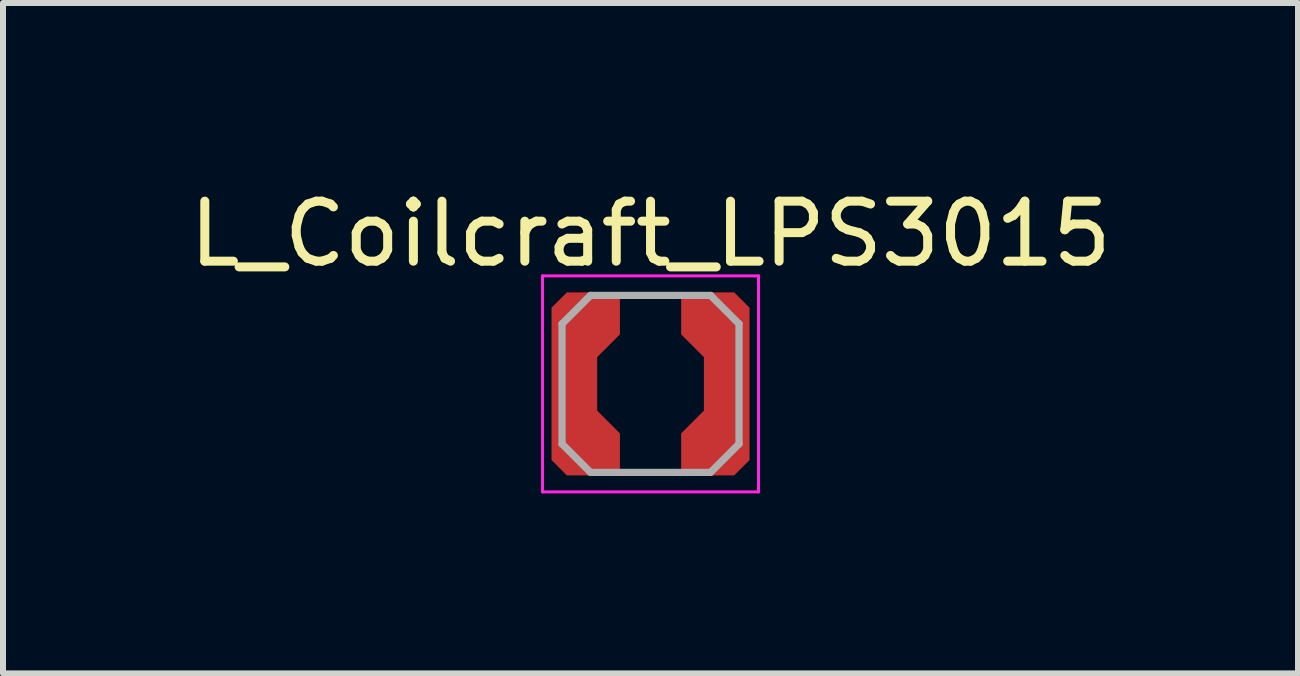
<source format=kicad_pcb>
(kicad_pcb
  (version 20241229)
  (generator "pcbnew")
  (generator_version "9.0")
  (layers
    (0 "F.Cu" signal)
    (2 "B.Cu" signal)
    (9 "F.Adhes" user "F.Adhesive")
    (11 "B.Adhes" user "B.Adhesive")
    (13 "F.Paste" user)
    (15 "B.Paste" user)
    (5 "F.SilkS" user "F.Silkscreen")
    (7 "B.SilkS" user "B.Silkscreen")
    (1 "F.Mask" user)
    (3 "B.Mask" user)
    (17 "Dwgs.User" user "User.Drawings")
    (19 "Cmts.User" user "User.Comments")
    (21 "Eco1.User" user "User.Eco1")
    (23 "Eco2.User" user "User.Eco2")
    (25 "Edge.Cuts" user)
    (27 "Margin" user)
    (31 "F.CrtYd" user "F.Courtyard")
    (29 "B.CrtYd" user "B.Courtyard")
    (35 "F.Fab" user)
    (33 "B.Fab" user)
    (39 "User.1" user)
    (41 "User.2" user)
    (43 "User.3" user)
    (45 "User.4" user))
  (footprint "L_Coilcraft_LPS3015"
    (layer "F.Cu")
    (at 7.792 3.348)
    (property "Reference" "L_Coilcraft_LPS3015" (at 0 -2.5 0) (layer "F.SilkS") (effects (font (size 1 1) (thickness 0.15))))
    (attr smd)
    (fp_line (start -0.4 -1.55) (end 0.4 -1.55) (stroke (width 0.12) (type solid)) (layer "B.Paste"))
    (fp_line (start -0.4 1.55) (end 0.4 1.55) (stroke (width 0.12) (type solid)) (layer "B.Paste"))
    (fp_line (start -1.8 -1.8) (end -1.8 1.8) (stroke (width 0.05) (type solid)) (layer "F.CrtYd"))
    (fp_line (start -1.8 -1.8) (end 1.8 -1.8) (stroke (width 0.05) (type solid)) (layer "F.CrtYd"))
    (fp_line (start -1.8 1.8) (end 1.8 1.8) (stroke (width 0.05) (type solid)) (layer "F.CrtYd"))
    (fp_line (start 1.8 -1.8) (end 1.8 1.8) (stroke (width 0.05) (type solid)) (layer "F.CrtYd"))
    (fp_line (start -1.475 -1) (end -1 -1.475) (stroke (width 0.12) (type solid)) (layer "F.Fab"))
    (fp_line (start -1.475 1) (end -1.475 -1) (stroke (width 0.12) (type solid)) (layer "F.Fab"))
    (fp_line (start -1 -1.475) (end 1 -1.475) (stroke (width 0.12) (type solid)) (layer "F.Fab"))
    (fp_line (start -1 1.475) (end -1.475 1) (stroke (width 0.12) (type solid)) (layer "F.Fab"))
    (fp_line (start -1 1.475) (end 1 1.475) (stroke (width 0.12) (type solid)) (layer "F.Fab"))
    (fp_line (start 1 -1.475) (end 1.475 -1) (stroke (width 0.12) (type solid)) (layer "F.Fab"))
    (fp_line (start 1.475 1) (end 1 1.475) (stroke (width 0.12) (type solid)) (layer "F.Fab"))
    (fp_line (start 1.475 1) (end 1.475 -1) (stroke (width 0.12) (type solid)) (layer "F.Fab"))
    (pad "1" smd rect (at -1.395 -1.27 315) (size 0.36 0.36) (layers "F.Cu" "F.Mask" "F.Paste"))
    (pad "1" smd rect (at -1.395 1.27 45) (size 0.36 0.36) (layers "F.Cu" "F.Mask" "F.Paste"))
    (pad "1" smd rect (at -1.27 0) (size 0.76 2.54) (layers "F.Cu" "F.Mask" "F.Paste"))
    (pad "1" smd rect (at -0.953 -1.175 270) (size 0.7 0.885) (layers "F.Cu" "F.Mask" "F.Paste"))
    (pad "1" smd rect (at -0.953 1.175 270) (size 0.7 0.885) (layers "F.Cu" "F.Mask" "F.Paste"))
    (pad "1" smd rect (at -0.89 -0.825 315) (size 0.537 0.537) (layers "F.Cu" "F.Mask" "F.Paste"))
    (pad "1" smd rect (at -0.89 0.825 45) (size 0.537 0.537) (layers "F.Cu" "F.Mask" "F.Paste"))
    (pad "2" smd rect (at 0.89 -0.825 45) (size 0.537 0.537) (layers "F.Cu" "F.Mask" "F.Paste"))
    (pad "2" smd rect (at 0.89 0.825 45) (size 0.537 0.537) (layers "F.Cu" "F.Mask" "F.Paste"))
    (pad "2" smd rect (at 0.953 -1.175 270) (size 0.7 0.885) (layers "F.Cu" "F.Mask" "F.Paste"))
    (pad "2" smd rect (at 0.953 1.175 270) (size 0.7 0.885) (layers "F.Cu" "F.Mask" "F.Paste"))
    (pad "2" smd rect (at 1.27 0) (size 0.76 2.54) (layers "F.Cu" "F.Mask" "F.Paste"))
    (pad "2" smd rect (at 1.395 -1.27 315) (size 0.36 0.36) (layers "F.Cu" "F.Mask" "F.Paste"))
    (pad "2" smd rect (at 1.395 1.27 315) (size 0.36 0.36) (layers "F.Cu" "F.Mask" "F.Paste")))
  (gr_rect
    (start -3 -3)
    (end 18.583 8.173)
    (stroke (width 0.1) (type default))
    (fill no)
    (layer "Edge.Cuts")))
</source>
